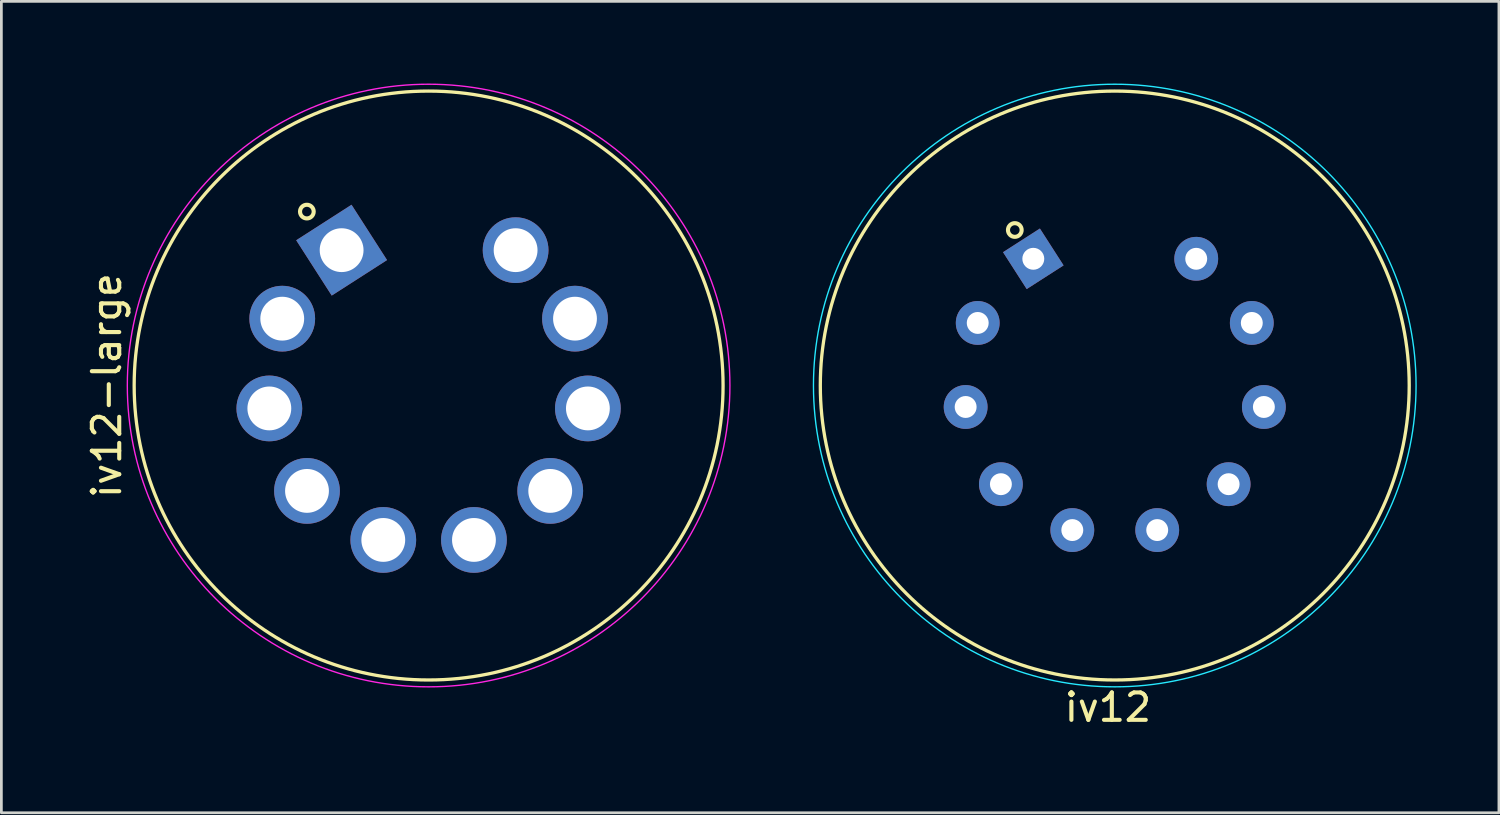
<source format=kicad_pcb>
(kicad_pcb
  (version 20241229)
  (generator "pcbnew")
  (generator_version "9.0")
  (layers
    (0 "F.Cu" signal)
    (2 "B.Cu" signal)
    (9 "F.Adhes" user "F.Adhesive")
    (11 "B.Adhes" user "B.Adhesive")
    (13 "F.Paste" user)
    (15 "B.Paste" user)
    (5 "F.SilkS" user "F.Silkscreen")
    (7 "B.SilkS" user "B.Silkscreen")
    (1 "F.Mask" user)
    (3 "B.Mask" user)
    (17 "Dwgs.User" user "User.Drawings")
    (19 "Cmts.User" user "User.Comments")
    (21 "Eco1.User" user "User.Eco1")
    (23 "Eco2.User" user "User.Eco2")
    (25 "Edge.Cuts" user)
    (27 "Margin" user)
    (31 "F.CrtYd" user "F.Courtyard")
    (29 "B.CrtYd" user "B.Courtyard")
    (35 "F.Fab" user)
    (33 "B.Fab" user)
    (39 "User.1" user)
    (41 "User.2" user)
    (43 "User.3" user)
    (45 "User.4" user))
  (footprint "iv12"
    (layer "F.Cu")
    (at 37.648 11.025)
    (property "Reference" "iv12" (at -0.25 11.75 0) (layer "F.SilkS") (effects (font (size 1 1) (thickness 0.15))))
    (attr through_hole)
    (fp_circle (center -3.649 -5.678) (end -3.514 -5.468) (stroke (width 0.15) (type solid)) (fill no) (layer "F.SilkS"))
    (fp_circle (center 0 0) (end 10.75 0) (stroke (width 0.12) (type solid)) (fill no) (layer "F.SilkS"))
    (fp_circle (center 0 0) (end 11 0) (stroke (width 0.05) (type solid)) (fill no) (layer "B.CrtYd"))
    (pad "1" thru_hole rect (at -2.974 -4.627 32.7) (size 1.6 1.6) (drill 0.8) (layers "*.Cu" "*.Mask"))
    (pad "2" thru_hole circle (at -5.003 -2.285 65.4) (size 1.6 1.6) (drill 0.8) (layers "*.Cu" "*.Mask"))
    (pad "3" thru_hole circle (at -5.444 0.783 98.2) (size 1.6 1.6) (drill 0.8) (layers "*.Cu" "*.Mask"))
    (pad "4" thru_hole circle (at -4.157 3.602 130.9) (size 1.6 1.6) (drill 0.8) (layers "*.Cu" "*.Mask"))
    (pad "5" thru_hole circle (at -1.55 5.277 163.6) (size 1.6 1.6) (drill 0.8) (layers "*.Cu" "*.Mask"))
    (pad "6" thru_hole circle (at 1.55 5.277 196.3) (size 1.6 1.6) (drill 0.8) (layers "*.Cu" "*.Mask"))
    (pad "7" thru_hole circle (at 4.157 3.602 229.1) (size 1.6 1.6) (drill 0.8) (layers "*.Cu" "*.Mask"))
    (pad "8" thru_hole circle (at 5.444 0.783 261.8) (size 1.6 1.6) (drill 0.8) (layers "*.Cu" "*.Mask"))
    (pad "9" thru_hole circle (at 5.003 -2.285 294.5) (size 1.6 1.6) (drill 0.8) (layers "*.Cu" "*.Mask"))
    (pad "10" thru_hole circle (at 2.974 -4.627 327.2) (size 1.6 1.6) (drill 0.8) (layers "*.Cu" "*.Mask")))
  (footprint "iv12-large"
    (layer "F.Cu")
    (at 12.598 11.025)
    (property "Reference" "iv12-large" (at -11.75 0 270) (layer "F.SilkS") (effects (font (size 1 1) (thickness 0.15))))
    (attr through_hole)
    (fp_circle (center -4.445 -6.35) (end -4.31 -6.14) (stroke (width 0.15) (type solid)) (fill no) (layer "F.SilkS"))
    (fp_circle (center 0 0) (end 10.75 0) (stroke (width 0.12) (type solid)) (fill no) (layer "F.SilkS"))
    (fp_circle (center 0 0) (end 11 0) (stroke (width 0.05) (type solid)) (fill no) (layer "F.CrtYd"))
    (pad "1" thru_hole rect (at -3.176 -4.942 32.7) (size 2.4 2.4) (drill 1.6) (layers "*.Cu" "*.Mask"))
    (pad "2" thru_hole circle (at -5.344 -2.441 65.4) (size 2.4 2.4) (drill 1.6) (layers "*.Cu" "*.Mask"))
    (pad "3" thru_hole circle (at -5.815 0.836 98.1) (size 2.4 2.4) (drill 1.6) (layers "*.Cu" "*.Mask"))
    (pad "4" thru_hole circle (at -4.44 3.847 130.9) (size 2.4 2.4) (drill 1.6) (layers "*.Cu" "*.Mask"))
    (pad "5" thru_hole circle (at -1.655 5.637 163.6) (size 2.4 2.4) (drill 1.6) (layers "*.Cu" "*.Mask"))
    (pad "6" thru_hole circle (at 1.655 5.637 196.4) (size 2.4 2.4) (drill 1.6) (layers "*.Cu" "*.Mask"))
    (pad "7" thru_hole circle (at 4.44 3.847 229.1) (size 2.4 2.4) (drill 1.6) (layers "*.Cu" "*.Mask"))
    (pad "8" thru_hole circle (at 5.815 0.836 261.9) (size 2.4 2.4) (drill 1.6) (layers "*.Cu" "*.Mask"))
    (pad "9" thru_hole circle (at 5.344 -2.441 294.6) (size 2.4 2.4) (drill 1.6) (layers "*.Cu" "*.Mask"))
    (pad "10" thru_hole circle (at 3.176 -4.942 327.3) (size 2.4 2.4) (drill 1.6) (layers "*.Cu" "*.Mask")))
  (gr_rect
    (start -3 -3)
    (end 51.673 26.623)
    (stroke (width 0.1) (type default))
    (fill no)
    (layer "Edge.Cuts")))
</source>
